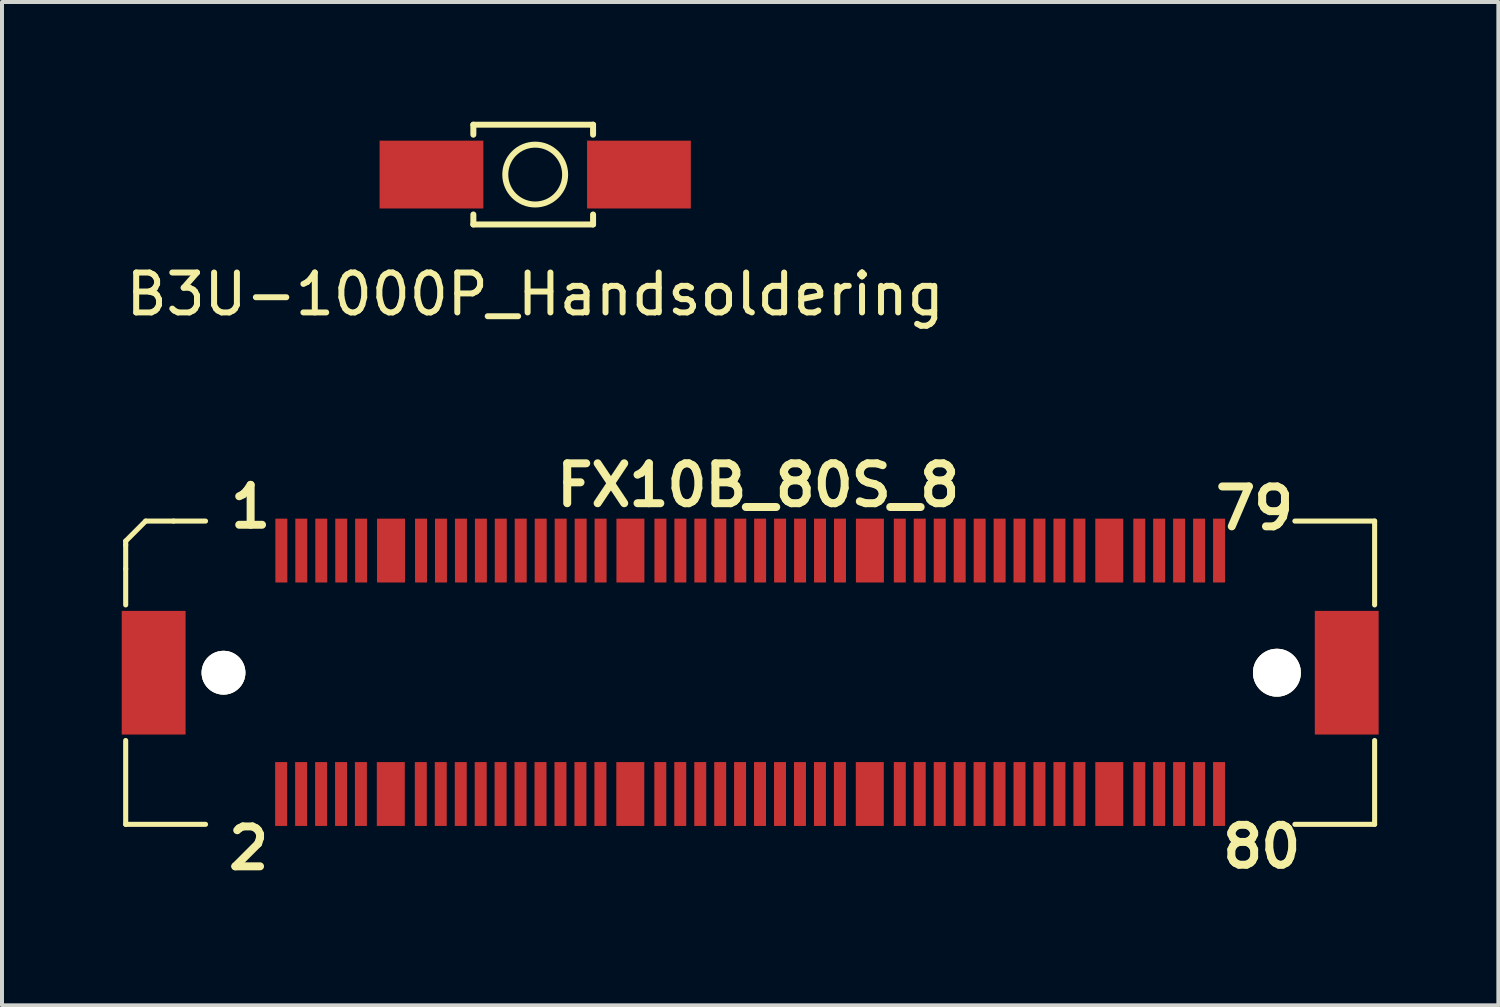
<source format=kicad_pcb>
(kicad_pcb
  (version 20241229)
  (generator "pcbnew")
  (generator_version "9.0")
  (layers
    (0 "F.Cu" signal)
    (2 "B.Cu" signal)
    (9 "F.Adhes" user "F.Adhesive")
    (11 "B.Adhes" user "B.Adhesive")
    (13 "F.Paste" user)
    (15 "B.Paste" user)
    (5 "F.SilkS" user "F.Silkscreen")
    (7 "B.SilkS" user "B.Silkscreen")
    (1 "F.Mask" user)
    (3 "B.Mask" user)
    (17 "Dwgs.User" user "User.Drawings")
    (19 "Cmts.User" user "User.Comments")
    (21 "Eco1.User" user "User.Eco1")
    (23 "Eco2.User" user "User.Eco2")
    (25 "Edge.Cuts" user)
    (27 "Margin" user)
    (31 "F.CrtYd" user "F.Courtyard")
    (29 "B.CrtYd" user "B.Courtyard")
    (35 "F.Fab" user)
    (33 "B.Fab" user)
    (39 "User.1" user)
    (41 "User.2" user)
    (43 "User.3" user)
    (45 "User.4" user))
  (footprint "FX10B_80S_8"
    (layer "F.Cu")
    (at 15.751 13.809)
    (property "Reference" "FX10B_80S_8" (at 0.2 -4.7 0) (layer "F.SilkS") (effects (font (size 1 1) (thickness 0.2))))
    (attr smd)
    (fp_line (start -15.651 -3.299) (end -15.651 -3.2) (stroke (width 0.127) (type solid)) (layer "F.SilkS"))
    (fp_line (start -15.651 -3.299) (end -15.151 -3.8) (stroke (width 0.127) (type solid)) (layer "F.SilkS"))
    (fp_line (start -15.651 -2.601) (end -15.651 -3.2) (stroke (width 0.127) (type solid)) (layer "F.SilkS"))
    (fp_line (start -15.651 -2.601) (end -15.651 -1.699) (stroke (width 0.127) (type solid)) (layer "F.SilkS"))
    (fp_line (start -15.651 1.699) (end -15.651 3.8) (stroke (width 0.127) (type solid)) (layer "F.SilkS"))
    (fp_line (start -15.651 3.8) (end -13.65 3.8) (stroke (width 0.127) (type solid)) (layer "F.SilkS"))
    (fp_line (start -14.45 -3.8) (end -15.151 -3.8) (stroke (width 0.127) (type solid)) (layer "F.SilkS"))
    (fp_line (start -13.65 -3.8) (end -14.45 -3.8) (stroke (width 0.127) (type solid)) (layer "F.SilkS"))
    (fp_line (start 15.649 -3.8) (end 13.65 -3.8) (stroke (width 0.127) (type solid)) (layer "F.SilkS"))
    (fp_line (start 15.649 -1.699) (end 15.649 -3.8) (stroke (width 0.127) (type solid)) (layer "F.SilkS"))
    (fp_line (start 15.649 1.699) (end 15.649 3.8) (stroke (width 0.127) (type solid)) (layer "F.SilkS"))
    (fp_line (start 15.649 3.8) (end 13.65 3.8) (stroke (width 0.127) (type solid)) (layer "F.SilkS"))
    (fp_text user "79" (at 12.64 -4.12 0) (layer "F.SilkS") (effects (font (size 1 1) (thickness 0.2))))
    (fp_text user "1" (at -12.52 -4.16 0) (layer "F.SilkS") (effects (font (size 1 1) (thickness 0.2))))
    (fp_text user "2" (at -12.57 4.4 0) (layer "F.SilkS") (effects (font (size 1 1) (thickness 0.2))))
    (fp_text user "80" (at 12.82 4.36 0) (layer "F.SilkS") (effects (font (size 1 1) (thickness 0.2))))
    (pad "1" smd rect (at -11.75 -3.061) (size 0.3 1.6) (layers "F.Cu" "F.Mask" "F.Paste"))
    (pad "2" smd rect (at -11.755 3.04) (size 0.3 1.6) (layers "F.Cu" "F.Mask" "F.Paste"))
    (pad "3" smd rect (at -11.25 -3.061) (size 0.3 1.6) (layers "F.Cu" "F.Mask" "F.Paste"))
    (pad "4" smd rect (at -11.255 3.04) (size 0.3 1.6) (layers "F.Cu" "F.Mask" "F.Paste"))
    (pad "5" smd rect (at -10.749 -3.061) (size 0.3 1.6) (layers "F.Cu" "F.Mask" "F.Paste"))
    (pad "6" smd rect (at -10.754 3.04) (size 0.3 1.6) (layers "F.Cu" "F.Mask" "F.Paste"))
    (pad "7" smd rect (at -10.249 -3.061) (size 0.3 1.6) (layers "F.Cu" "F.Mask" "F.Paste"))
    (pad "8" smd rect (at -10.254 3.04) (size 0.3 1.6) (layers "F.Cu" "F.Mask" "F.Paste"))
    (pad "9" smd rect (at -9.751 -3.061) (size 0.3 1.6) (layers "F.Cu" "F.Mask" "F.Paste"))
    (pad "10" smd rect (at -9.756 3.04) (size 0.3 1.6) (layers "F.Cu" "F.Mask" "F.Paste"))
    (pad "11" smd rect (at -8.25 -3.061) (size 0.3 1.6) (layers "F.Cu" "F.Mask" "F.Paste"))
    (pad "12" smd rect (at -8.255 3.04) (size 0.3 1.6) (layers "F.Cu" "F.Mask" "F.Paste"))
    (pad "13" smd rect (at -7.75 -3.061) (size 0.3 1.6) (layers "F.Cu" "F.Mask" "F.Paste"))
    (pad "14" smd rect (at -7.755 3.04) (size 0.3 1.6) (layers "F.Cu" "F.Mask" "F.Paste"))
    (pad "15" smd rect (at -7.249 -3.061) (size 0.3 1.6) (layers "F.Cu" "F.Mask" "F.Paste"))
    (pad "16" smd rect (at -7.254 3.04) (size 0.3 1.6) (layers "F.Cu" "F.Mask" "F.Paste"))
    (pad "17" smd rect (at -6.749 -3.061) (size 0.3 1.6) (layers "F.Cu" "F.Mask" "F.Paste"))
    (pad "18" smd rect (at -6.754 3.04) (size 0.3 1.6) (layers "F.Cu" "F.Mask" "F.Paste"))
    (pad "19" smd rect (at -6.251 -3.061) (size 0.3 1.6) (layers "F.Cu" "F.Mask" "F.Paste"))
    (pad "20" smd rect (at -6.256 3.04) (size 0.3 1.6) (layers "F.Cu" "F.Mask" "F.Paste"))
    (pad "21" smd rect (at -5.751 -3.061) (size 0.3 1.6) (layers "F.Cu" "F.Mask" "F.Paste"))
    (pad "22" smd rect (at -5.756 3.04) (size 0.3 1.6) (layers "F.Cu" "F.Mask" "F.Paste"))
    (pad "23" smd rect (at -5.25 -3.061) (size 0.3 1.6) (layers "F.Cu" "F.Mask" "F.Paste"))
    (pad "24" smd rect (at -5.255 3.04) (size 0.3 1.6) (layers "F.Cu" "F.Mask" "F.Paste"))
    (pad "25" smd rect (at -4.75 -3.061) (size 0.3 1.6) (layers "F.Cu" "F.Mask" "F.Paste"))
    (pad "26" smd rect (at -4.755 3.04) (size 0.3 1.6) (layers "F.Cu" "F.Mask" "F.Paste"))
    (pad "27" smd rect (at -4.249 -3.061) (size 0.3 1.6) (layers "F.Cu" "F.Mask" "F.Paste"))
    (pad "28" smd rect (at -4.255 3.04) (size 0.3 1.6) (layers "F.Cu" "F.Mask" "F.Paste"))
    (pad "29" smd rect (at -3.749 -3.061) (size 0.3 1.6) (layers "F.Cu" "F.Mask" "F.Paste"))
    (pad "30" smd rect (at -3.754 3.04) (size 0.3 1.6) (layers "F.Cu" "F.Mask" "F.Paste"))
    (pad "31" smd rect (at -2.25 -3.061) (size 0.3 1.6) (layers "F.Cu" "F.Mask" "F.Paste"))
    (pad "32" smd rect (at -2.253 3.04) (size 0.3 1.6) (layers "F.Cu" "F.Mask" "F.Paste"))
    (pad "33" smd rect (at -1.75 -3.061) (size 0.3 1.6) (layers "F.Cu" "F.Mask" "F.Paste"))
    (pad "34" smd rect (at -1.753 3.04) (size 0.3 1.6) (layers "F.Cu" "F.Mask" "F.Paste"))
    (pad "35" smd rect (at -1.25 -3.061) (size 0.3 1.6) (layers "F.Cu" "F.Mask" "F.Paste"))
    (pad "36" smd rect (at -1.252 3.04) (size 0.3 1.6) (layers "F.Cu" "F.Mask" "F.Paste"))
    (pad "37" smd rect (at -0.749 -3.061) (size 0.3 1.6) (layers "F.Cu" "F.Mask" "F.Paste"))
    (pad "38" smd rect (at -0.752 3.04) (size 0.3 1.6) (layers "F.Cu" "F.Mask" "F.Paste"))
    (pad "39" smd rect (at -0.249 -3.061) (size 0.3 1.6) (layers "F.Cu" "F.Mask" "F.Paste"))
    (pad "40" smd rect (at -0.254 3.04) (size 0.3 1.6) (layers "F.Cu" "F.Mask" "F.Paste"))
    (pad "41" smd rect (at 0.249 -3.061) (size 0.3 1.6) (layers "F.Cu" "F.Mask" "F.Paste"))
    (pad "42" smd rect (at 0.246 3.04) (size 0.3 1.6) (layers "F.Cu" "F.Mask" "F.Paste"))
    (pad "43" smd rect (at 0.749 -3.061) (size 0.3 1.6) (layers "F.Cu" "F.Mask" "F.Paste"))
    (pad "44" smd rect (at 0.747 3.04) (size 0.3 1.6) (layers "F.Cu" "F.Mask" "F.Paste"))
    (pad "45" smd rect (at 1.25 -3.061) (size 0.3 1.6) (layers "F.Cu" "F.Mask" "F.Paste"))
    (pad "46" smd rect (at 1.247 3.04) (size 0.3 1.6) (layers "F.Cu" "F.Mask" "F.Paste"))
    (pad "47" smd rect (at 1.75 -3.061) (size 0.3 1.6) (layers "F.Cu" "F.Mask" "F.Paste"))
    (pad "48" smd rect (at 1.748 3.04) (size 0.3 1.6) (layers "F.Cu" "F.Mask" "F.Paste"))
    (pad "49" smd rect (at 2.25 -3.061) (size 0.3 1.6) (layers "F.Cu" "F.Mask" "F.Paste"))
    (pad "50" smd rect (at 2.248 3.04) (size 0.3 1.6) (layers "F.Cu" "F.Mask" "F.Paste"))
    (pad "51" smd rect (at 3.749 -3.061) (size 0.3 1.6) (layers "F.Cu" "F.Mask" "F.Paste"))
    (pad "52" smd rect (at 3.749 3.04) (size 0.3 1.6) (layers "F.Cu" "F.Mask" "F.Paste"))
    (pad "53" smd rect (at 4.249 -3.061) (size 0.3 1.6) (layers "F.Cu" "F.Mask" "F.Paste"))
    (pad "54" smd rect (at 4.249 3.04) (size 0.3 1.6) (layers "F.Cu" "F.Mask" "F.Paste"))
    (pad "55" smd rect (at 4.75 -3.061) (size 0.3 1.6) (layers "F.Cu" "F.Mask" "F.Paste"))
    (pad "56" smd rect (at 4.75 3.04) (size 0.3 1.6) (layers "F.Cu" "F.Mask" "F.Paste"))
    (pad "57" smd rect (at 5.25 -3.061) (size 0.3 1.6) (layers "F.Cu" "F.Mask" "F.Paste"))
    (pad "58" smd rect (at 5.25 3.04) (size 0.3 1.6) (layers "F.Cu" "F.Mask" "F.Paste"))
    (pad "59" smd rect (at 5.751 -3.061) (size 0.3 1.6) (layers "F.Cu" "F.Mask" "F.Paste"))
    (pad "60" smd rect (at 5.748 3.04) (size 0.3 1.6) (layers "F.Cu" "F.Mask" "F.Paste"))
    (pad "61" smd rect (at 6.251 -3.061) (size 0.3 1.6) (layers "F.Cu" "F.Mask" "F.Paste"))
    (pad "62" smd rect (at 6.248 3.04) (size 0.3 1.6) (layers "F.Cu" "F.Mask" "F.Paste"))
    (pad "63" smd rect (at 6.749 -3.061) (size 0.3 1.6) (layers "F.Cu" "F.Mask" "F.Paste"))
    (pad "64" smd rect (at 6.749 3.04) (size 0.3 1.6) (layers "F.Cu" "F.Mask" "F.Paste"))
    (pad "65" smd rect (at 7.249 -3.061) (size 0.3 1.6) (layers "F.Cu" "F.Mask" "F.Paste"))
    (pad "66" smd rect (at 7.249 3.04) (size 0.3 1.6) (layers "F.Cu" "F.Mask" "F.Paste"))
    (pad "67" smd rect (at 7.75 -3.061) (size 0.3 1.6) (layers "F.Cu" "F.Mask" "F.Paste"))
    (pad "68" smd rect (at 7.75 3.04) (size 0.3 1.6) (layers "F.Cu" "F.Mask" "F.Paste"))
    (pad "69" smd rect (at 8.25 -3.061) (size 0.3 1.6) (layers "F.Cu" "F.Mask" "F.Paste"))
    (pad "70" smd rect (at 8.25 3.04) (size 0.3 1.6) (layers "F.Cu" "F.Mask" "F.Paste"))
    (pad "71" smd rect (at 9.751 -3.061) (size 0.3 1.6) (layers "F.Cu" "F.Mask" "F.Paste"))
    (pad "72" smd rect (at 9.751 3.04) (size 0.3 1.6) (layers "F.Cu" "F.Mask" "F.Paste"))
    (pad "73" smd rect (at 10.249 -3.061) (size 0.3 1.6) (layers "F.Cu" "F.Mask" "F.Paste"))
    (pad "74" smd rect (at 10.249 3.04) (size 0.3 1.6) (layers "F.Cu" "F.Mask" "F.Paste"))
    (pad "75" smd rect (at 10.749 -3.061) (size 0.3 1.6) (layers "F.Cu" "F.Mask" "F.Paste"))
    (pad "76" smd rect (at 10.749 3.04) (size 0.3 1.6) (layers "F.Cu" "F.Mask" "F.Paste"))
    (pad "77" smd rect (at 11.25 -3.061) (size 0.3 1.6) (layers "F.Cu" "F.Mask" "F.Paste"))
    (pad "78" smd rect (at 11.25 3.04) (size 0.3 1.6) (layers "F.Cu" "F.Mask" "F.Paste"))
    (pad "79" smd rect (at 11.75 -3.061) (size 0.3 1.6) (layers "F.Cu" "F.Mask" "F.Paste"))
    (pad "80" smd rect (at 11.75 3.04) (size 0.3 1.6) (layers "F.Cu" "F.Mask" "F.Paste"))
    (pad "81" smd rect (at -9.002 -3.061) (size 0.701 1.6) (layers "F.Cu" "F.Mask" "F.Paste"))
    (pad "82" smd rect (at -9.007 3.04) (size 0.701 1.6) (layers "F.Cu" "F.Mask" "F.Paste"))
    (pad "83" smd rect (at -3.002 -3.061) (size 0.701 1.6) (layers "F.Cu" "F.Mask" "F.Paste"))
    (pad "84" smd rect (at -3.005 3.04) (size 0.701 1.6) (layers "F.Cu" "F.Mask" "F.Paste"))
    (pad "85" smd rect (at 3 -3.061) (size 0.701 1.6) (layers "F.Cu" "F.Mask" "F.Paste"))
    (pad "86" smd rect (at 2.997 3.04) (size 0.701 1.6) (layers "F.Cu" "F.Mask" "F.Paste"))
    (pad "87" smd rect (at 8.999 -3.061) (size 0.701 1.6) (layers "F.Cu" "F.Mask" "F.Paste"))
    (pad "88" smd rect (at 8.999 3.04) (size 0.701 1.6) (layers "F.Cu" "F.Mask" "F.Paste"))
    (pad "89" thru_hole circle (at 13.2 0) (size 1.199 1.199) (drill 1.199) (layers "*.Cu" "F.SilkS"))
    (pad "89" smd rect (at 14.95 0) (size 1.6 3.099) (layers "F.Cu" "F.Mask" "F.Paste"))
    (pad "90" smd rect (at -14.95 0) (size 1.6 3.099) (layers "F.Cu" "F.Mask" "F.Paste"))
    (pad "90" thru_hole circle (at -13.2 0) (size 1.097 1.097) (drill 1.097) (layers "*.Cu" "F.SilkS")))
  (footprint "B3U-1000P_Handsoldering"
    (layer "F.Cu")
    (at 10.363 1.325)
    (property "Reference" "B3U-1000P_Handsoldering" (at 0 3 0) (layer "F.SilkS") (effects (font (size 1 1) (thickness 0.15))))
    (attr through_hole)
    (fp_line (start -1.55 -1.25) (end -1.55 -1) (stroke (width 0.15) (type solid)) (layer "F.SilkS"))
    (fp_line (start -1.55 -1.25) (end 1.45 -1.25) (stroke (width 0.15) (type solid)) (layer "F.SilkS"))
    (fp_line (start -1.55 1.25) (end -1.55 1) (stroke (width 0.15) (type solid)) (layer "F.SilkS"))
    (fp_line (start -1.55 1.25) (end 1.45 1.25) (stroke (width 0.15) (type solid)) (layer "F.SilkS"))
    (fp_line (start 1.45 -1.25) (end 1.45 -1) (stroke (width 0.15) (type solid)) (layer "F.SilkS"))
    (fp_line (start 1.45 1.25) (end 1.45 1) (stroke (width 0.15) (type solid)) (layer "F.SilkS"))
    (fp_circle (center 0 0) (end 0.75 0) (stroke (width 0.15) (type solid)) (fill no) (layer "F.SilkS"))
    (pad "1" smd rect (at 2.1 0) (size 2.6 1.7) (drill (offset 0.5 0)) (layers "F.Cu" "F.Mask" "F.Paste"))
    (pad "2" smd rect (at -2.1 0) (size 2.6 1.7) (drill (offset -0.5 0)) (layers "F.Cu" "F.Mask" "F.Paste")))
  (gr_rect
    (start -3 -3)
    (end 34.501 22.145)
    (stroke (width 0.1) (type default))
    (fill no)
    (layer "Edge.Cuts")))
</source>
